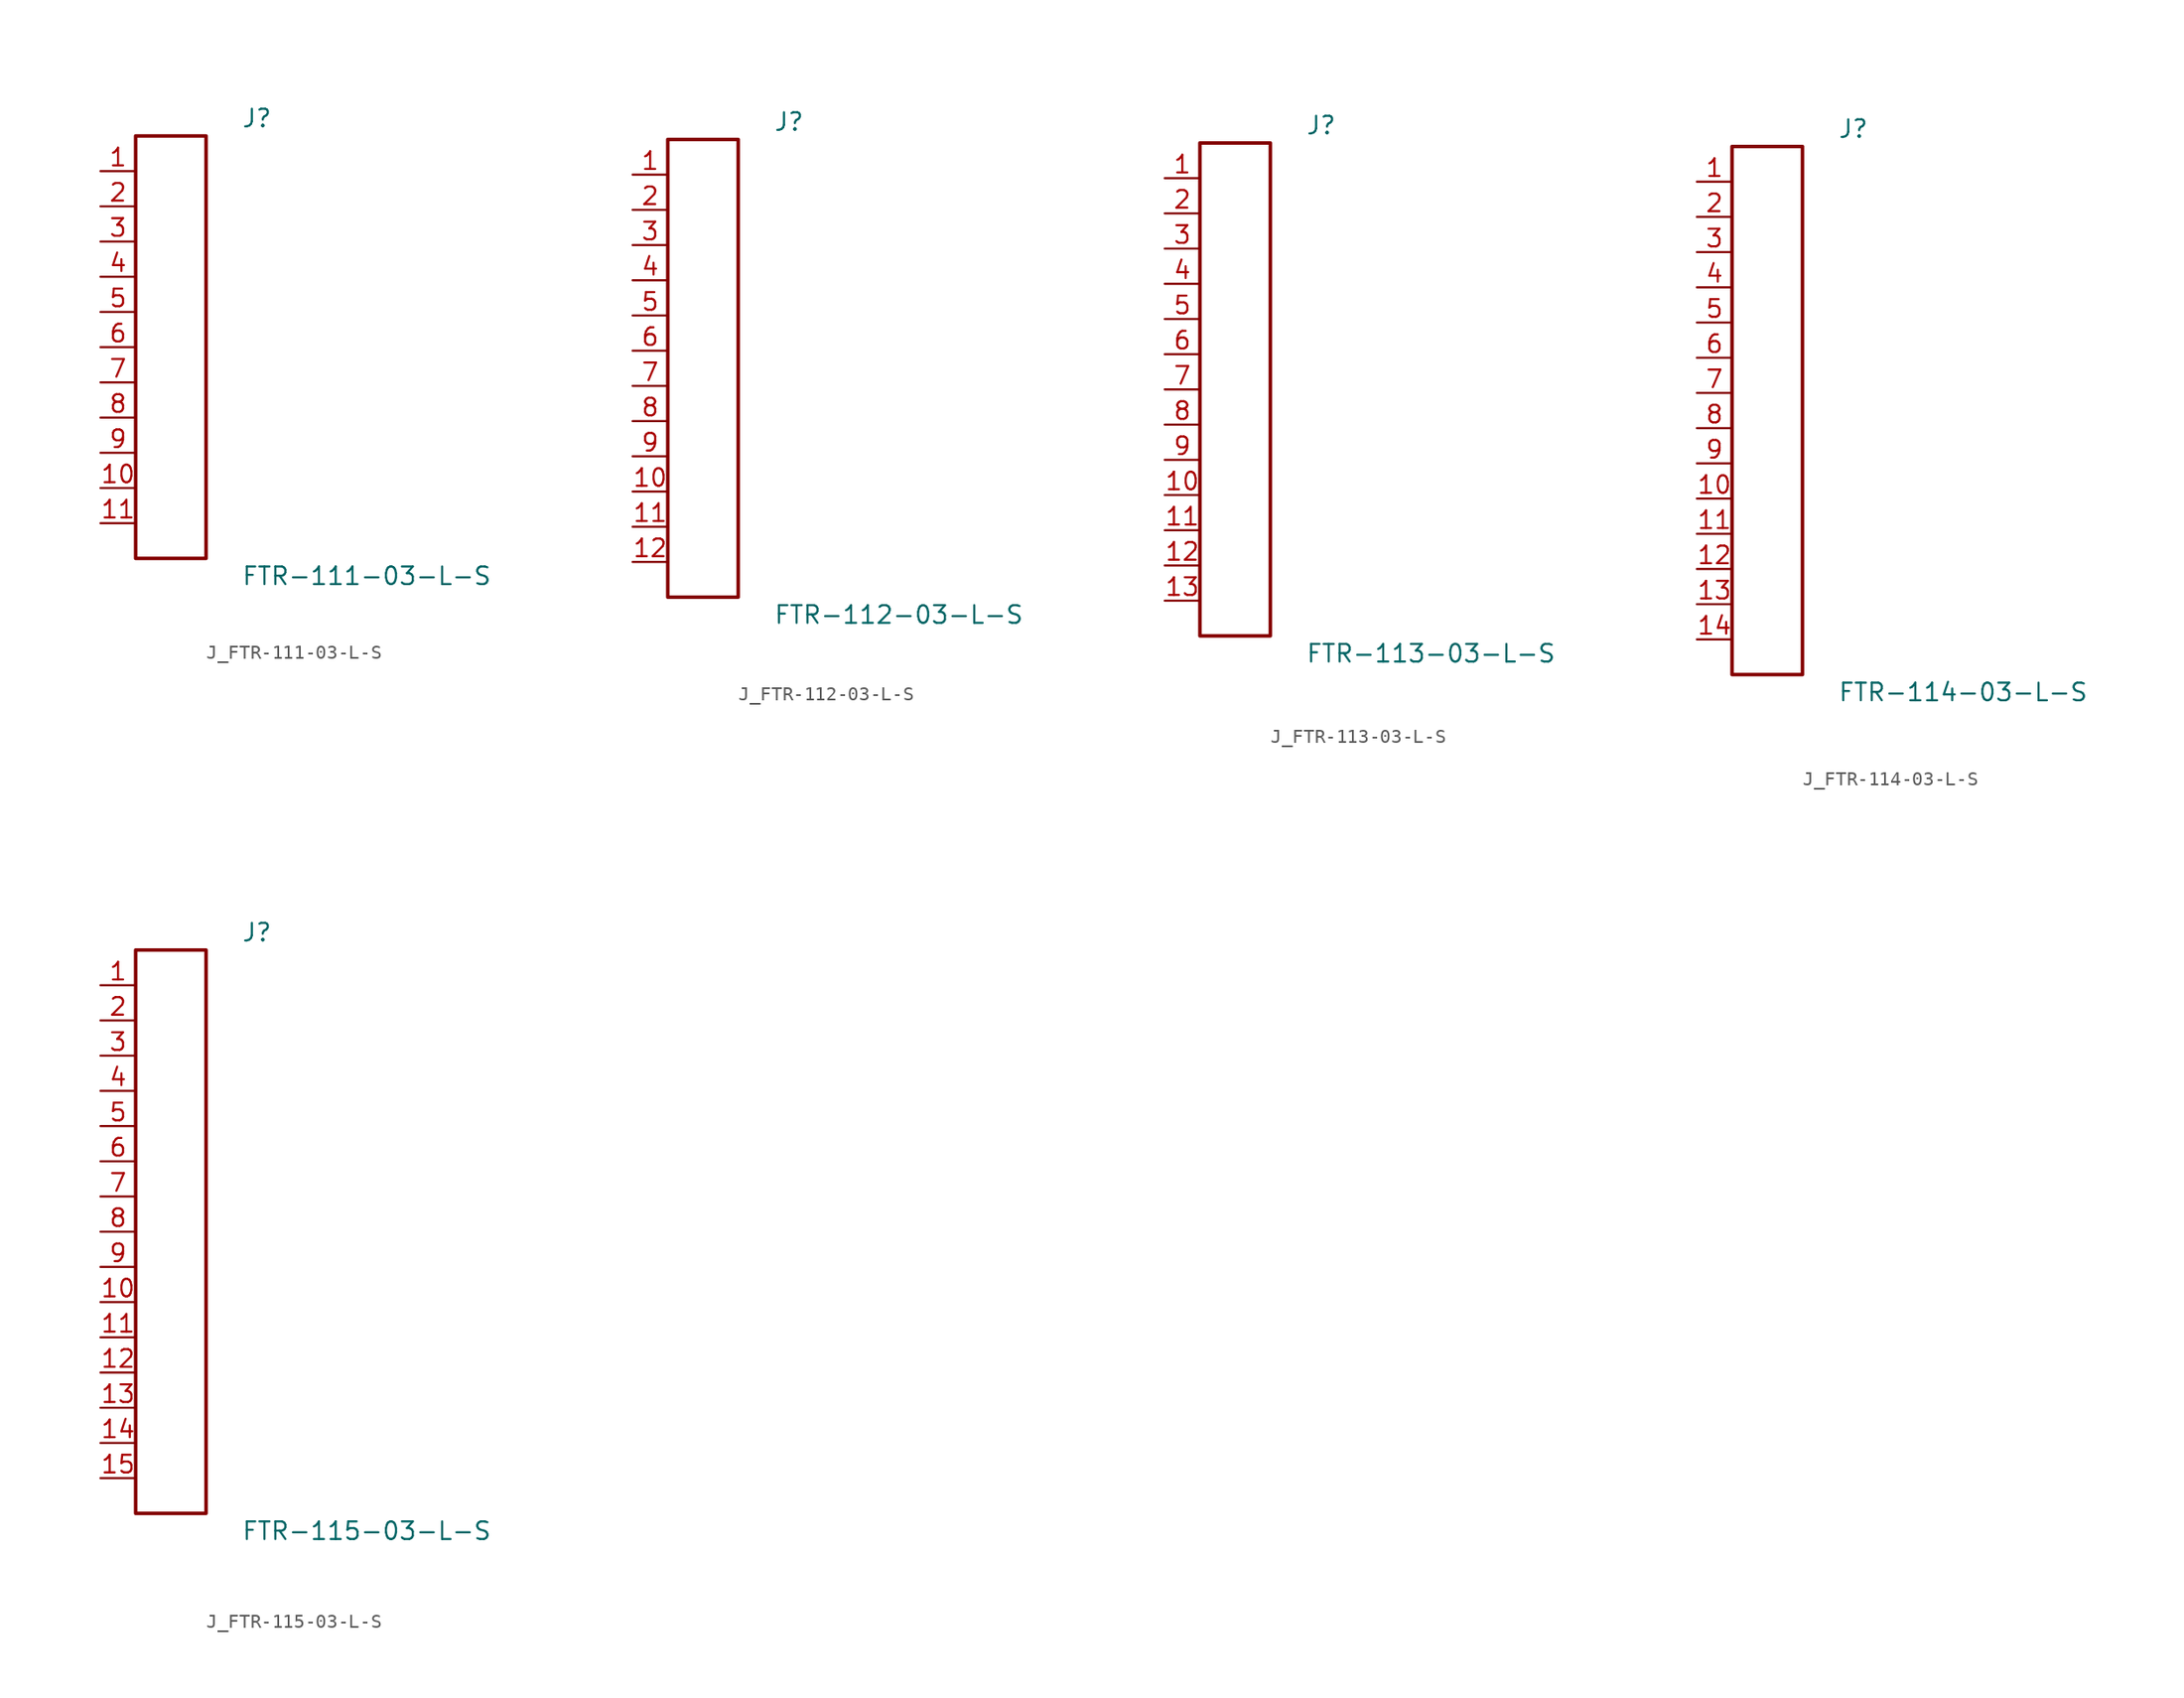
<source format=kicad_sym>
(kicad_symbol_lib
  (version 20231120)
  (generator kicad_symbol_editor)
  (generator_version 8.0)
  (symbol "J_FTR-111-03-L-S"
    (pin_names
      (offset 0.254))
    (property "Reference" "J"
      (at 5.08 16.51 0)
      (effects (font (size 1.27 1.27)) (justify left)))
    (property "Value" "FTR-111-03-L-S"
      (at 5.08 -16.51 0)
      (effects (font (size 1.27 1.27)) (justify left)))
    (symbol "J_FTR-111-03-L-S_0_0"
      (pin unspecified line (at -5.08 12.7 0) (length 2.54) (name "" (effects (font (size 1.27 1.27)))) (number "1" (effects (font (size 1.27 1.27)))))
      (pin unspecified line (at -5.08 10.16 0) (length 2.54) (name "" (effects (font (size 1.27 1.27)))) (number "2" (effects (font (size 1.27 1.27)))))
      (pin unspecified line (at -5.08 7.62 0) (length 2.54) (name "" (effects (font (size 1.27 1.27)))) (number "3" (effects (font (size 1.27 1.27)))))
      (pin unspecified line (at -5.08 5.08 0) (length 2.54) (name "" (effects (font (size 1.27 1.27)))) (number "4" (effects (font (size 1.27 1.27)))))
      (pin unspecified line (at -5.08 2.54 0) (length 2.54) (name "" (effects (font (size 1.27 1.27)))) (number "5" (effects (font (size 1.27 1.27)))))
      (pin unspecified line (at -5.08 0.0 0) (length 2.54) (name "" (effects (font (size 1.27 1.27)))) (number "6" (effects (font (size 1.27 1.27)))))
      (pin unspecified line (at -5.08 -2.54 0) (length 2.54) (name "" (effects (font (size 1.27 1.27)))) (number "7" (effects (font (size 1.27 1.27)))))
      (pin unspecified line (at -5.08 -5.08 0) (length 2.54) (name "" (effects (font (size 1.27 1.27)))) (number "8" (effects (font (size 1.27 1.27)))))
      (pin unspecified line (at -5.08 -7.62 0) (length 2.54) (name "" (effects (font (size 1.27 1.27)))) (number "9" (effects (font (size 1.27 1.27)))))
      (pin unspecified line (at -5.08 -10.16 0) (length 2.54) (name "" (effects (font (size 1.27 1.27)))) (number "10" (effects (font (size 1.27 1.27)))))
      (pin unspecified line (at -5.08 -12.7 0) (length 2.54) (name "" (effects (font (size 1.27 1.27)))) (number "11" (effects (font (size 1.27 1.27))))))
    (symbol "J_FTR-111-03-L-S_1_0"
      (rectangle (start -2.54 15.24) (end 2.54 -15.24) (stroke (width 0.254) (type solid)) (fill (type none)))))
  (symbol "J_FTR-112-03-L-S"
    (pin_names
      (offset 0.254))
    (property "Reference" "J"
      (at 5.08 17.78 0)
      (effects (font (size 1.27 1.27)) (justify left)))
    (property "Value" "FTR-112-03-L-S"
      (at 5.08 -17.78 0)
      (effects (font (size 1.27 1.27)) (justify left)))
    (symbol "J_FTR-112-03-L-S_0_0"
      (pin unspecified line (at -5.08 13.97 0) (length 2.54) (name "" (effects (font (size 1.27 1.27)))) (number "1" (effects (font (size 1.27 1.27)))))
      (pin unspecified line (at -5.08 11.43 0) (length 2.54) (name "" (effects (font (size 1.27 1.27)))) (number "2" (effects (font (size 1.27 1.27)))))
      (pin unspecified line (at -5.08 8.89 0) (length 2.54) (name "" (effects (font (size 1.27 1.27)))) (number "3" (effects (font (size 1.27 1.27)))))
      (pin unspecified line (at -5.08 6.35 0) (length 2.54) (name "" (effects (font (size 1.27 1.27)))) (number "4" (effects (font (size 1.27 1.27)))))
      (pin unspecified line (at -5.08 3.81 0) (length 2.54) (name "" (effects (font (size 1.27 1.27)))) (number "5" (effects (font (size 1.27 1.27)))))
      (pin unspecified line (at -5.08 1.27 0) (length 2.54) (name "" (effects (font (size 1.27 1.27)))) (number "6" (effects (font (size 1.27 1.27)))))
      (pin unspecified line (at -5.08 -1.27 0) (length 2.54) (name "" (effects (font (size 1.27 1.27)))) (number "7" (effects (font (size 1.27 1.27)))))
      (pin unspecified line (at -5.08 -3.81 0) (length 2.54) (name "" (effects (font (size 1.27 1.27)))) (number "8" (effects (font (size 1.27 1.27)))))
      (pin unspecified line (at -5.08 -6.35 0) (length 2.54) (name "" (effects (font (size 1.27 1.27)))) (number "9" (effects (font (size 1.27 1.27)))))
      (pin unspecified line (at -5.08 -8.89 0) (length 2.54) (name "" (effects (font (size 1.27 1.27)))) (number "10" (effects (font (size 1.27 1.27)))))
      (pin unspecified line (at -5.08 -11.43 0) (length 2.54) (name "" (effects (font (size 1.27 1.27)))) (number "11" (effects (font (size 1.27 1.27)))))
      (pin unspecified line (at -5.08 -13.97 0) (length 2.54) (name "" (effects (font (size 1.27 1.27)))) (number "12" (effects (font (size 1.27 1.27))))))
    (symbol "J_FTR-112-03-L-S_1_0"
      (rectangle (start -2.54 16.51) (end 2.54 -16.51) (stroke (width 0.254) (type solid)) (fill (type none)))))
  (symbol "J_FTR-113-03-L-S"
    (pin_names
      (offset 0.254))
    (property "Reference" "J"
      (at 5.08 19.05 0)
      (effects (font (size 1.27 1.27)) (justify left)))
    (property "Value" "FTR-113-03-L-S"
      (at 5.08 -19.05 0)
      (effects (font (size 1.27 1.27)) (justify left)))
    (symbol "J_FTR-113-03-L-S_0_0"
      (pin unspecified line (at -5.08 15.24 0) (length 2.54) (name "" (effects (font (size 1.27 1.27)))) (number "1" (effects (font (size 1.27 1.27)))))
      (pin unspecified line (at -5.08 12.7 0) (length 2.54) (name "" (effects (font (size 1.27 1.27)))) (number "2" (effects (font (size 1.27 1.27)))))
      (pin unspecified line (at -5.08 10.16 0) (length 2.54) (name "" (effects (font (size 1.27 1.27)))) (number "3" (effects (font (size 1.27 1.27)))))
      (pin unspecified line (at -5.08 7.62 0) (length 2.54) (name "" (effects (font (size 1.27 1.27)))) (number "4" (effects (font (size 1.27 1.27)))))
      (pin unspecified line (at -5.08 5.08 0) (length 2.54) (name "" (effects (font (size 1.27 1.27)))) (number "5" (effects (font (size 1.27 1.27)))))
      (pin unspecified line (at -5.08 2.54 0) (length 2.54) (name "" (effects (font (size 1.27 1.27)))) (number "6" (effects (font (size 1.27 1.27)))))
      (pin unspecified line (at -5.08 0.0 0) (length 2.54) (name "" (effects (font (size 1.27 1.27)))) (number "7" (effects (font (size 1.27 1.27)))))
      (pin unspecified line (at -5.08 -2.54 0) (length 2.54) (name "" (effects (font (size 1.27 1.27)))) (number "8" (effects (font (size 1.27 1.27)))))
      (pin unspecified line (at -5.08 -5.08 0) (length 2.54) (name "" (effects (font (size 1.27 1.27)))) (number "9" (effects (font (size 1.27 1.27)))))
      (pin unspecified line (at -5.08 -7.62 0) (length 2.54) (name "" (effects (font (size 1.27 1.27)))) (number "10" (effects (font (size 1.27 1.27)))))
      (pin unspecified line (at -5.08 -10.16 0) (length 2.54) (name "" (effects (font (size 1.27 1.27)))) (number "11" (effects (font (size 1.27 1.27)))))
      (pin unspecified line (at -5.08 -12.7 0) (length 2.54) (name "" (effects (font (size 1.27 1.27)))) (number "12" (effects (font (size 1.27 1.27)))))
      (pin unspecified line (at -5.08 -15.24 0) (length 2.54) (name "" (effects (font (size 1.27 1.27)))) (number "13" (effects (font (size 1.27 1.27))))))
    (symbol "J_FTR-113-03-L-S_1_0"
      (rectangle (start -2.54 17.78) (end 2.54 -17.78) (stroke (width 0.254) (type solid)) (fill (type none)))))
  (symbol "J_FTR-114-03-L-S"
    (pin_names
      (offset 0.254))
    (property "Reference" "J"
      (at 5.08 20.32 0)
      (effects (font (size 1.27 1.27)) (justify left)))
    (property "Value" "FTR-114-03-L-S"
      (at 5.08 -20.32 0)
      (effects (font (size 1.27 1.27)) (justify left)))
    (symbol "J_FTR-114-03-L-S_0_0"
      (pin unspecified line (at -5.08 16.51 0) (length 2.54) (name "" (effects (font (size 1.27 1.27)))) (number "1" (effects (font (size 1.27 1.27)))))
      (pin unspecified line (at -5.08 13.97 0) (length 2.54) (name "" (effects (font (size 1.27 1.27)))) (number "2" (effects (font (size 1.27 1.27)))))
      (pin unspecified line (at -5.08 11.43 0) (length 2.54) (name "" (effects (font (size 1.27 1.27)))) (number "3" (effects (font (size 1.27 1.27)))))
      (pin unspecified line (at -5.08 8.89 0) (length 2.54) (name "" (effects (font (size 1.27 1.27)))) (number "4" (effects (font (size 1.27 1.27)))))
      (pin unspecified line (at -5.08 6.35 0) (length 2.54) (name "" (effects (font (size 1.27 1.27)))) (number "5" (effects (font (size 1.27 1.27)))))
      (pin unspecified line (at -5.08 3.81 0) (length 2.54) (name "" (effects (font (size 1.27 1.27)))) (number "6" (effects (font (size 1.27 1.27)))))
      (pin unspecified line (at -5.08 1.27 0) (length 2.54) (name "" (effects (font (size 1.27 1.27)))) (number "7" (effects (font (size 1.27 1.27)))))
      (pin unspecified line (at -5.08 -1.27 0) (length 2.54) (name "" (effects (font (size 1.27 1.27)))) (number "8" (effects (font (size 1.27 1.27)))))
      (pin unspecified line (at -5.08 -3.81 0) (length 2.54) (name "" (effects (font (size 1.27 1.27)))) (number "9" (effects (font (size 1.27 1.27)))))
      (pin unspecified line (at -5.08 -6.35 0) (length 2.54) (name "" (effects (font (size 1.27 1.27)))) (number "10" (effects (font (size 1.27 1.27)))))
      (pin unspecified line (at -5.08 -8.89 0) (length 2.54) (name "" (effects (font (size 1.27 1.27)))) (number "11" (effects (font (size 1.27 1.27)))))
      (pin unspecified line (at -5.08 -11.43 0) (length 2.54) (name "" (effects (font (size 1.27 1.27)))) (number "12" (effects (font (size 1.27 1.27)))))
      (pin unspecified line (at -5.08 -13.97 0) (length 2.54) (name "" (effects (font (size 1.27 1.27)))) (number "13" (effects (font (size 1.27 1.27)))))
      (pin unspecified line (at -5.08 -16.51 0) (length 2.54) (name "" (effects (font (size 1.27 1.27)))) (number "14" (effects (font (size 1.27 1.27))))))
    (symbol "J_FTR-114-03-L-S_1_0"
      (rectangle (start -2.54 19.05) (end 2.54 -19.05) (stroke (width 0.254) (type solid)) (fill (type none)))))
  (symbol "J_FTR-115-03-L-S"
    (pin_names
      (offset 0.254))
    (property "Reference" "J"
      (at 5.08 21.59 0)
      (effects (font (size 1.27 1.27)) (justify left)))
    (property "Value" "FTR-115-03-L-S"
      (at 5.08 -21.59 0)
      (effects (font (size 1.27 1.27)) (justify left)))
    (symbol "J_FTR-115-03-L-S_0_0"
      (pin unspecified line (at -5.08 17.78 0) (length 2.54) (name "" (effects (font (size 1.27 1.27)))) (number "1" (effects (font (size 1.27 1.27)))))
      (pin unspecified line (at -5.08 15.24 0) (length 2.54) (name "" (effects (font (size 1.27 1.27)))) (number "2" (effects (font (size 1.27 1.27)))))
      (pin unspecified line (at -5.08 12.7 0) (length 2.54) (name "" (effects (font (size 1.27 1.27)))) (number "3" (effects (font (size 1.27 1.27)))))
      (pin unspecified line (at -5.08 10.16 0) (length 2.54) (name "" (effects (font (size 1.27 1.27)))) (number "4" (effects (font (size 1.27 1.27)))))
      (pin unspecified line (at -5.08 7.62 0) (length 2.54) (name "" (effects (font (size 1.27 1.27)))) (number "5" (effects (font (size 1.27 1.27)))))
      (pin unspecified line (at -5.08 5.08 0) (length 2.54) (name "" (effects (font (size 1.27 1.27)))) (number "6" (effects (font (size 1.27 1.27)))))
      (pin unspecified line (at -5.08 2.54 0) (length 2.54) (name "" (effects (font (size 1.27 1.27)))) (number "7" (effects (font (size 1.27 1.27)))))
      (pin unspecified line (at -5.08 0.0 0) (length 2.54) (name "" (effects (font (size 1.27 1.27)))) (number "8" (effects (font (size 1.27 1.27)))))
      (pin unspecified line (at -5.08 -2.54 0) (length 2.54) (name "" (effects (font (size 1.27 1.27)))) (number "9" (effects (font (size 1.27 1.27)))))
      (pin unspecified line (at -5.08 -5.08 0) (length 2.54) (name "" (effects (font (size 1.27 1.27)))) (number "10" (effects (font (size 1.27 1.27)))))
      (pin unspecified line (at -5.08 -7.62 0) (length 2.54) (name "" (effects (font (size 1.27 1.27)))) (number "11" (effects (font (size 1.27 1.27)))))
      (pin unspecified line (at -5.08 -10.16 0) (length 2.54) (name "" (effects (font (size 1.27 1.27)))) (number "12" (effects (font (size 1.27 1.27)))))
      (pin unspecified line (at -5.08 -12.7 0) (length 2.54) (name "" (effects (font (size 1.27 1.27)))) (number "13" (effects (font (size 1.27 1.27)))))
      (pin unspecified line (at -5.08 -15.24 0) (length 2.54) (name "" (effects (font (size 1.27 1.27)))) (number "14" (effects (font (size 1.27 1.27)))))
      (pin unspecified line (at -5.08 -17.78 0) (length 2.54) (name "" (effects (font (size 1.27 1.27)))) (number "15" (effects (font (size 1.27 1.27))))))
    (symbol "J_FTR-115-03-L-S_1_0"
      (rectangle (start -2.54 20.32) (end 2.54 -20.32) (stroke (width 0.254) (type solid)) (fill (type none))))))
</source>
